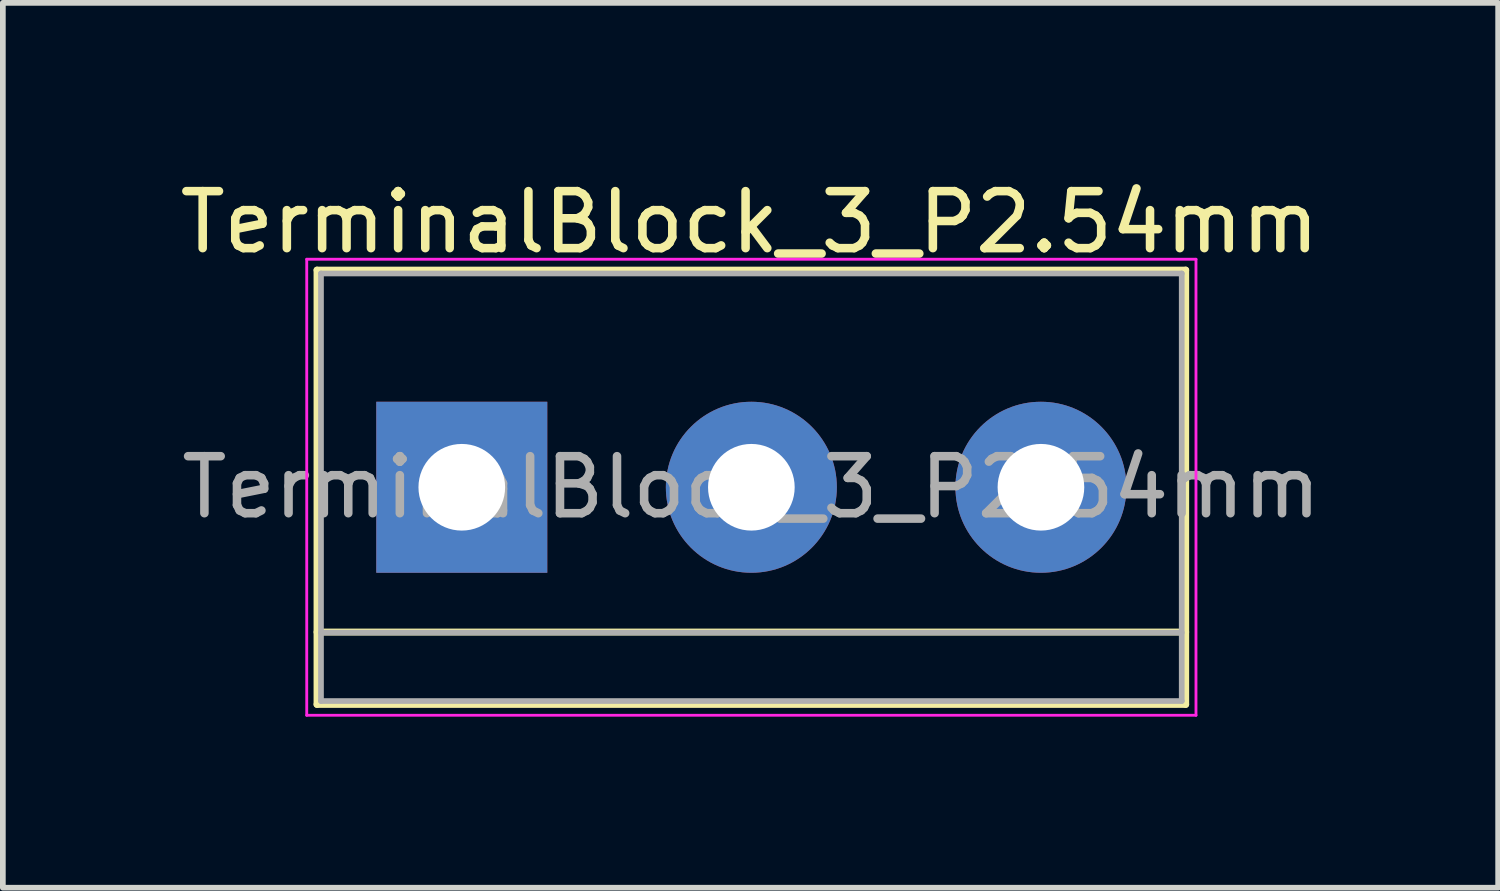
<source format=kicad_pcb>
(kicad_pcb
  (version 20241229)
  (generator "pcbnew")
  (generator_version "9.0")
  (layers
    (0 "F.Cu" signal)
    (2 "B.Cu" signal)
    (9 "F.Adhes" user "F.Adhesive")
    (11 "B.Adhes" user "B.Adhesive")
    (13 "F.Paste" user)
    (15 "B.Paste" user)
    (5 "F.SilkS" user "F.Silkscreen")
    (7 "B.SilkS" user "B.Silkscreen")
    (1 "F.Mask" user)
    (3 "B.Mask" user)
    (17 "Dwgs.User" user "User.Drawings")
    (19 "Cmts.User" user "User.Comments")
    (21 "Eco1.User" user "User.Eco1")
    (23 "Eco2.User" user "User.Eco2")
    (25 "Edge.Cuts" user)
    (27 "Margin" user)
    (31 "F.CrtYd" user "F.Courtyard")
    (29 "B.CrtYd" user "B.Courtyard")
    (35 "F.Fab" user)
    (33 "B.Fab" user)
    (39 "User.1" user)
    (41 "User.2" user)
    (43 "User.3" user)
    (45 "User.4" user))
  (footprint "TerminalBlock_3_P2.54mm"
    (layer "F.Cu")
    (at 10.051 5.498)
    (property "Reference" "TerminalBlock_3_P2.54mm" (at 0.05 -4.65 0) (layer "F.SilkS") (effects (font (size 1 1) (thickness 0.15))))
    (attr through_hole)
    (fp_line (start -7.54 -3.81) (end 7.7 -3.81) (stroke (width 0.12) (type solid)) (layer "F.SilkS"))
    (fp_line (start -7.54 2.54) (end 7.7 2.54) (stroke (width 0.12) (type solid)) (layer "F.SilkS"))
    (fp_line (start -7.54 3.81) (end -7.54 -3.81) (stroke (width 0.12) (type solid)) (layer "F.SilkS"))
    (fp_line (start -7.54 3.81) (end 7.7 3.81) (stroke (width 0.12) (type solid)) (layer "F.SilkS"))
    (fp_line (start 7.7 3.81) (end 7.7 -3.81) (stroke (width 0.12) (type solid)) (layer "F.SilkS"))
    (fp_line (start -7.72 -4) (end -7.72 4) (stroke (width 0.05) (type solid)) (layer "F.CrtYd"))
    (fp_line (start -7.72 -4) (end 7.88 -4) (stroke (width 0.05) (type solid)) (layer "F.CrtYd"))
    (fp_line (start 7.88 4) (end -7.72 4) (stroke (width 0.05) (type solid)) (layer "F.CrtYd"))
    (fp_line (start 7.88 4) (end 7.88 -4) (stroke (width 0.05) (type solid)) (layer "F.CrtYd"))
    (fp_line (start -7.47 -3.75) (end 7.63 -3.75) (stroke (width 0.1) (type solid)) (layer "F.Fab"))
    (fp_line (start -7.47 2.55) (end 7.63 2.55) (stroke (width 0.1) (type solid)) (layer "F.Fab"))
    (fp_line (start -7.47 3.75) (end -7.47 -3.75) (stroke (width 0.1) (type solid)) (layer "F.Fab"))
    (fp_line (start 7.63 -3.75) (end 7.63 3.75) (stroke (width 0.1) (type solid)) (layer "F.Fab"))
    (fp_line (start 7.63 3.75) (end -7.47 3.75) (stroke (width 0.1) (type solid)) (layer "F.Fab"))
    (fp_text user "${REFERENCE}" (at 0.08 0 0) (layer "F.Fab") (effects (font (size 1 1) (thickness 0.15))))
    (pad "1" thru_hole rect (at -5 0) (size 3 3) (drill 1.52) (layers "*.Cu" "*.Mask"))
    (pad "2" thru_hole circle (at 0.08 0) (size 3 3) (drill 1.52) (layers "*.Cu" "*.Mask"))
    (pad "3" thru_hole circle (at 5.16 0) (size 3 3) (drill 1.52) (layers "*.Cu" "*.Mask")))
  (gr_rect
    (start -3 -3)
    (end 23.232 12.523)
    (stroke (width 0.1) (type default))
    (fill no)
    (layer "Edge.Cuts")))
</source>
